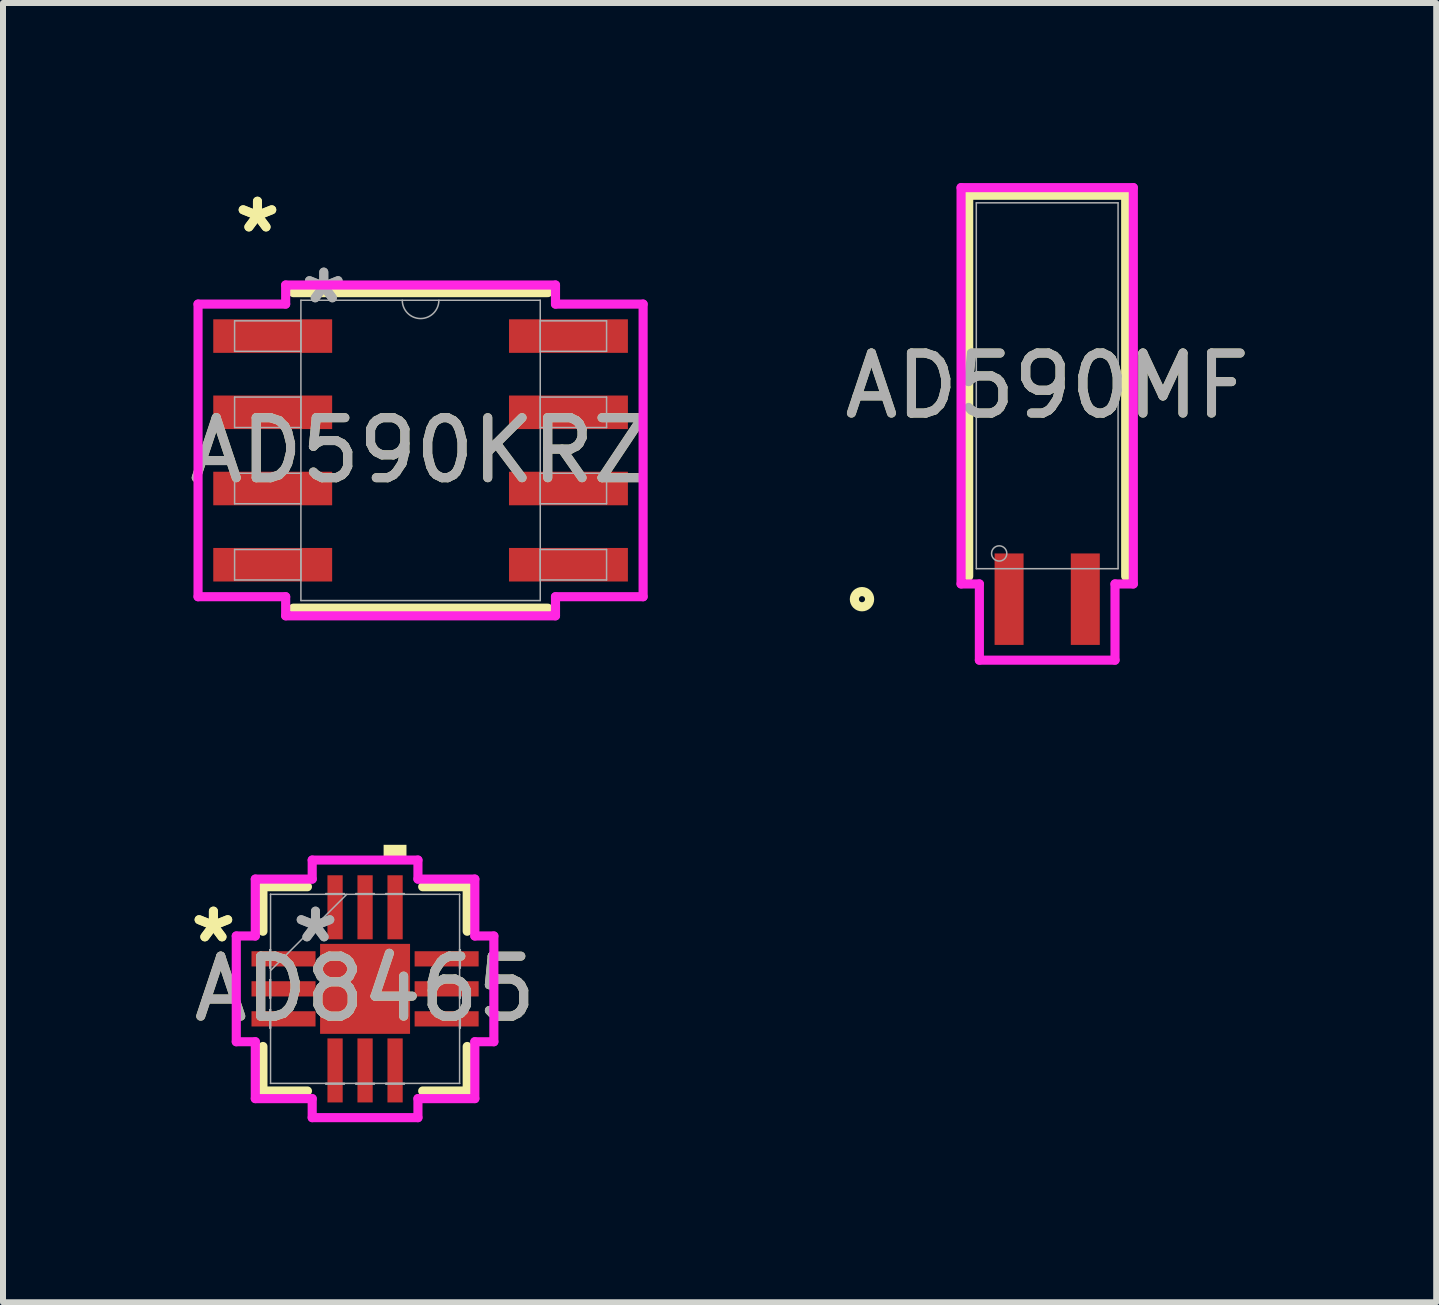
<source format=kicad_pcb>
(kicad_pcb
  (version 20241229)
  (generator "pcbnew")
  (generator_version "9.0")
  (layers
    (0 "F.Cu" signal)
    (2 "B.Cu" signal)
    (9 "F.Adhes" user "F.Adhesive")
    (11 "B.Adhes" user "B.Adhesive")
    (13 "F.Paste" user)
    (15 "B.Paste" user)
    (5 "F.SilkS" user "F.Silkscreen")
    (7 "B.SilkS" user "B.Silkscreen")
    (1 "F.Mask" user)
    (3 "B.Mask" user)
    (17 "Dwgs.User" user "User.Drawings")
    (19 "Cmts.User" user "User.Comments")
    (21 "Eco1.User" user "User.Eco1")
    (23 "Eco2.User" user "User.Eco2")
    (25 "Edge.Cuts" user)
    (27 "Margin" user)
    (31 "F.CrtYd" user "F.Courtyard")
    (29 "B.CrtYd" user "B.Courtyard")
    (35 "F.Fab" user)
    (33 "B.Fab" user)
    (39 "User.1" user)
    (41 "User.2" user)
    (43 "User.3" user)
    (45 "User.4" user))
  (footprint "AD590MF"
    (layer "F.Cu")
    (at 13.764 6.934)
    (property "Reference" "AD590MF" (at 0.635 -3.556 0) (unlocked yes) (layer "F.SilkS") (effects (font (size 1 1) (thickness 0.15))))
    (attr smd)
    (fp_line (start -0.673 -6.731) (end -0.673 -0.381) (stroke (width 0.152) (type solid)) (layer "F.SilkS"))
    (fp_line (start 1.943 -6.731) (end -0.673 -6.731) (stroke (width 0.152) (type solid)) (layer "F.SilkS"))
    (fp_line (start 1.943 -0.381) (end 1.943 -6.731) (stroke (width 0.152) (type solid)) (layer "F.SilkS"))
    (fp_circle (center -2.451 0) (end -2.324 0) (stroke (width 0.152) (type solid)) (fill no) (layer "F.SilkS"))
    (fp_line (start -0.8 -6.858) (end -0.8 -0.254) (stroke (width 0.152) (type solid)) (layer "F.CrtYd"))
    (fp_line (start -0.8 -6.858) (end 2.07 -6.858) (stroke (width 0.152) (type solid)) (layer "F.CrtYd"))
    (fp_line (start -0.495 -0.254) (end -0.8 -0.254) (stroke (width 0.152) (type solid)) (layer "F.CrtYd"))
    (fp_line (start -0.495 1.016) (end -0.495 -0.254) (stroke (width 0.152) (type solid)) (layer "F.CrtYd"))
    (fp_line (start 1.765 -0.254) (end 1.765 1.016) (stroke (width 0.152) (type solid)) (layer "F.CrtYd"))
    (fp_line (start 1.765 1.016) (end -0.495 1.016) (stroke (width 0.152) (type solid)) (layer "F.CrtYd"))
    (fp_line (start 2.07 -0.254) (end 1.765 -0.254) (stroke (width 0.152) (type solid)) (layer "F.CrtYd"))
    (fp_line (start 2.07 -0.254) (end 2.07 -6.858) (stroke (width 0.152) (type solid)) (layer "F.CrtYd"))
    (fp_line (start -0.546 -6.604) (end -0.546 -0.508) (stroke (width 0.025) (type solid)) (layer "F.Fab"))
    (fp_line (start -0.546 -0.508) (end 1.816 -0.508) (stroke (width 0.025) (type solid)) (layer "F.Fab"))
    (fp_line (start 1.816 -6.604) (end -0.546 -6.604) (stroke (width 0.025) (type solid)) (layer "F.Fab"))
    (fp_line (start 1.816 -0.508) (end 1.816 -6.604) (stroke (width 0.025) (type solid)) (layer "F.Fab"))
    (fp_circle (center -0.165 -0.762) (end -0.038 -0.762) (stroke (width 0.025) (type solid)) (fill no) (layer "F.Fab"))
    (fp_text user "${REFERENCE}" (at 0.635 -3.556 0) (unlocked yes) (layer "F.Fab") (effects (font (size 1 1) (thickness 0.15))))
    (pad "1" smd rect (at 0 0) (size 0.483 1.524) (layers "F.Cu" "F.Mask" "F.Paste"))
    (pad "2" smd rect (at 1.27 0) (size 0.483 1.524) (layers "F.Cu" "F.Mask" "F.Paste")))
  (footprint "AD8465"
    (layer "F.Cu")
    (at 3.033 13.427)
    (property "Reference" "AD8465" (at 0 0 0) (unlocked yes) (layer "F.SilkS") (effects (font (size 1 1) (thickness 0.15))))
    (attr smd)
    (fp_line (start -1.702 -1.702) (end -1.702 -0.96) (stroke (width 0.152) (type solid)) (layer "F.SilkS"))
    (fp_line (start -1.702 0.96) (end -1.702 1.702) (stroke (width 0.152) (type solid)) (layer "F.SilkS"))
    (fp_line (start -1.702 1.702) (end -0.96 1.702) (stroke (width 0.152) (type solid)) (layer "F.SilkS"))
    (fp_line (start -0.96 -1.702) (end -1.702 -1.702) (stroke (width 0.152) (type solid)) (layer "F.SilkS"))
    (fp_line (start 0.96 1.702) (end 1.702 1.702) (stroke (width 0.152) (type solid)) (layer "F.SilkS"))
    (fp_line (start 1.702 -1.702) (end 0.96 -1.702) (stroke (width 0.152) (type solid)) (layer "F.SilkS"))
    (fp_line (start 1.702 -0.96) (end 1.702 -1.702) (stroke (width 0.152) (type solid)) (layer "F.SilkS"))
    (fp_line (start 1.702 1.702) (end 1.702 0.96) (stroke (width 0.152) (type solid)) (layer "F.SilkS"))
    (fp_poly (pts (xy 0.309 -2.146) (xy 0.309 -2.4) (xy 0.69 -2.4) (xy 0.69 -2.146)) (stroke (width 0) (type solid)) (fill yes) (layer "F.SilkS"))
    (fp_line (start -2.146 -0.881) (end -1.829 -0.881) (stroke (width 0.152) (type solid)) (layer "F.CrtYd"))
    (fp_line (start -2.146 0.881) (end -2.146 -0.881) (stroke (width 0.152) (type solid)) (layer "F.CrtYd"))
    (fp_line (start -1.829 -1.829) (end -0.881 -1.829) (stroke (width 0.152) (type solid)) (layer "F.CrtYd"))
    (fp_line (start -1.829 -0.881) (end -1.829 -1.829) (stroke (width 0.152) (type solid)) (layer "F.CrtYd"))
    (fp_line (start -1.829 0.881) (end -2.146 0.881) (stroke (width 0.152) (type solid)) (layer "F.CrtYd"))
    (fp_line (start -1.829 1.829) (end -1.829 0.881) (stroke (width 0.152) (type solid)) (layer "F.CrtYd"))
    (fp_line (start -0.881 -2.146) (end 0.881 -2.146) (stroke (width 0.152) (type solid)) (layer "F.CrtYd"))
    (fp_line (start -0.881 -1.829) (end -0.881 -2.146) (stroke (width 0.152) (type solid)) (layer "F.CrtYd"))
    (fp_line (start -0.881 1.829) (end -1.829 1.829) (stroke (width 0.152) (type solid)) (layer "F.CrtYd"))
    (fp_line (start -0.881 2.146) (end -0.881 1.829) (stroke (width 0.152) (type solid)) (layer "F.CrtYd"))
    (fp_line (start 0.881 -2.146) (end 0.881 -1.829) (stroke (width 0.152) (type solid)) (layer "F.CrtYd"))
    (fp_line (start 0.881 -1.829) (end 1.829 -1.829) (stroke (width 0.152) (type solid)) (layer "F.CrtYd"))
    (fp_line (start 0.881 1.829) (end 0.881 2.146) (stroke (width 0.152) (type solid)) (layer "F.CrtYd"))
    (fp_line (start 0.881 2.146) (end -0.881 2.146) (stroke (width 0.152) (type solid)) (layer "F.CrtYd"))
    (fp_line (start 1.829 -1.829) (end 1.829 -0.881) (stroke (width 0.152) (type solid)) (layer "F.CrtYd"))
    (fp_line (start 1.829 -0.881) (end 2.146 -0.881) (stroke (width 0.152) (type solid)) (layer "F.CrtYd"))
    (fp_line (start 1.829 0.881) (end 1.829 1.829) (stroke (width 0.152) (type solid)) (layer "F.CrtYd"))
    (fp_line (start 1.829 1.829) (end 0.881 1.829) (stroke (width 0.152) (type solid)) (layer "F.CrtYd"))
    (fp_line (start 2.146 -0.881) (end 2.146 0.881) (stroke (width 0.152) (type solid)) (layer "F.CrtYd"))
    (fp_line (start 2.146 0.881) (end 1.829 0.881) (stroke (width 0.152) (type solid)) (layer "F.CrtYd"))
    (fp_line (start -1.587 -0.652) (end -1.587 -0.348) (stroke (width 0.025) (type solid)) (layer "F.Fab"))
    (fp_line (start -1.587 -0.348) (end -1.575 -0.348) (stroke (width 0.025) (type solid)) (layer "F.Fab"))
    (fp_line (start -1.587 -0.152) (end -1.587 0.152) (stroke (width 0.025) (type solid)) (layer "F.Fab"))
    (fp_line (start -1.587 0.152) (end -1.575 0.152) (stroke (width 0.025) (type solid)) (layer "F.Fab"))
    (fp_line (start -1.587 0.348) (end -1.587 0.652) (stroke (width 0.025) (type solid)) (layer "F.Fab"))
    (fp_line (start -1.587 0.652) (end -1.575 0.652) (stroke (width 0.025) (type solid)) (layer "F.Fab"))
    (fp_line (start -1.575 -1.575) (end -1.575 -1.575) (stroke (width 0.025) (type solid)) (layer "F.Fab"))
    (fp_line (start -1.575 -1.575) (end -1.575 1.575) (stroke (width 0.025) (type solid)) (layer "F.Fab"))
    (fp_line (start -1.575 -0.652) (end -1.587 -0.652) (stroke (width 0.025) (type solid)) (layer "F.Fab"))
    (fp_line (start -1.575 -0.348) (end -1.575 -0.652) (stroke (width 0.025) (type solid)) (layer "F.Fab"))
    (fp_line (start -1.575 -0.305) (end -0.305 -1.575) (stroke (width 0.025) (type solid)) (layer "F.Fab"))
    (fp_line (start -1.575 -0.152) (end -1.587 -0.152) (stroke (width 0.025) (type solid)) (layer "F.Fab"))
    (fp_line (start -1.575 0.152) (end -1.575 -0.152) (stroke (width 0.025) (type solid)) (layer "F.Fab"))
    (fp_line (start -1.575 0.348) (end -1.587 0.348) (stroke (width 0.025) (type solid)) (layer "F.Fab"))
    (fp_line (start -1.575 0.652) (end -1.575 0.348) (stroke (width 0.025) (type solid)) (layer "F.Fab"))
    (fp_line (start -1.575 1.575) (end -1.575 1.575) (stroke (width 0.025) (type solid)) (layer "F.Fab"))
    (fp_line (start -1.575 1.575) (end 1.575 1.575) (stroke (width 0.025) (type solid)) (layer "F.Fab"))
    (fp_line (start -0.652 -1.587) (end -0.652 -1.575) (stroke (width 0.025) (type solid)) (layer "F.Fab"))
    (fp_line (start -0.652 -1.575) (end -0.348 -1.575) (stroke (width 0.025) (type solid)) (layer "F.Fab"))
    (fp_line (start -0.652 1.575) (end -0.652 1.587) (stroke (width 0.025) (type solid)) (layer "F.Fab"))
    (fp_line (start -0.652 1.587) (end -0.348 1.587) (stroke (width 0.025) (type solid)) (layer "F.Fab"))
    (fp_line (start -0.348 -1.587) (end -0.652 -1.587) (stroke (width 0.025) (type solid)) (layer "F.Fab"))
    (fp_line (start -0.348 -1.575) (end -0.348 -1.587) (stroke (width 0.025) (type solid)) (layer "F.Fab"))
    (fp_line (start -0.348 1.575) (end -0.652 1.575) (stroke (width 0.025) (type solid)) (layer "F.Fab"))
    (fp_line (start -0.348 1.587) (end -0.348 1.575) (stroke (width 0.025) (type solid)) (layer "F.Fab"))
    (fp_line (start -0.152 -1.587) (end -0.152 -1.575) (stroke (width 0.025) (type solid)) (layer "F.Fab"))
    (fp_line (start -0.152 -1.575) (end 0.152 -1.575) (stroke (width 0.025) (type solid)) (layer "F.Fab"))
    (fp_line (start -0.152 1.575) (end -0.152 1.587) (stroke (width 0.025) (type solid)) (layer "F.Fab"))
    (fp_line (start -0.152 1.587) (end 0.152 1.587) (stroke (width 0.025) (type solid)) (layer "F.Fab"))
    (fp_line (start 0.152 -1.587) (end -0.152 -1.587) (stroke (width 0.025) (type solid)) (layer "F.Fab"))
    (fp_line (start 0.152 -1.575) (end 0.152 -1.587) (stroke (width 0.025) (type solid)) (layer "F.Fab"))
    (fp_line (start 0.152 1.575) (end -0.152 1.575) (stroke (width 0.025) (type solid)) (layer "F.Fab"))
    (fp_line (start 0.152 1.587) (end 0.152 1.575) (stroke (width 0.025) (type solid)) (layer "F.Fab"))
    (fp_line (start 0.348 -1.587) (end 0.348 -1.575) (stroke (width 0.025) (type solid)) (layer "F.Fab"))
    (fp_line (start 0.348 -1.575) (end 0.652 -1.575) (stroke (width 0.025) (type solid)) (layer "F.Fab"))
    (fp_line (start 0.348 1.575) (end 0.348 1.587) (stroke (width 0.025) (type solid)) (layer "F.Fab"))
    (fp_line (start 0.348 1.587) (end 0.652 1.587) (stroke (width 0.025) (type solid)) (layer "F.Fab"))
    (fp_line (start 0.652 -1.587) (end 0.348 -1.587) (stroke (width 0.025) (type solid)) (layer "F.Fab"))
    (fp_line (start 0.652 -1.575) (end 0.652 -1.587) (stroke (width 0.025) (type solid)) (layer "F.Fab"))
    (fp_line (start 0.652 1.575) (end 0.348 1.575) (stroke (width 0.025) (type solid)) (layer "F.Fab"))
    (fp_line (start 0.652 1.587) (end 0.652 1.575) (stroke (width 0.025) (type solid)) (layer "F.Fab"))
    (fp_line (start 1.575 -1.575) (end -1.575 -1.575) (stroke (width 0.025) (type solid)) (layer "F.Fab"))
    (fp_line (start 1.575 -1.575) (end 1.575 -1.575) (stroke (width 0.025) (type solid)) (layer "F.Fab"))
    (fp_line (start 1.575 -0.652) (end 1.575 -0.348) (stroke (width 0.025) (type solid)) (layer "F.Fab"))
    (fp_line (start 1.575 -0.348) (end 1.587 -0.348) (stroke (width 0.025) (type solid)) (layer "F.Fab"))
    (fp_line (start 1.575 -0.152) (end 1.575 0.152) (stroke (width 0.025) (type solid)) (layer "F.Fab"))
    (fp_line (start 1.575 0.152) (end 1.587 0.152) (stroke (width 0.025) (type solid)) (layer "F.Fab"))
    (fp_line (start 1.575 0.348) (end 1.575 0.652) (stroke (width 0.025) (type solid)) (layer "F.Fab"))
    (fp_line (start 1.575 0.652) (end 1.587 0.652) (stroke (width 0.025) (type solid)) (layer "F.Fab"))
    (fp_line (start 1.575 1.575) (end 1.575 -1.575) (stroke (width 0.025) (type solid)) (layer "F.Fab"))
    (fp_line (start 1.575 1.575) (end 1.575 1.575) (stroke (width 0.025) (type solid)) (layer "F.Fab"))
    (fp_line (start 1.587 -0.652) (end 1.575 -0.652) (stroke (width 0.025) (type solid)) (layer "F.Fab"))
    (fp_line (start 1.587 -0.348) (end 1.587 -0.652) (stroke (width 0.025) (type solid)) (layer "F.Fab"))
    (fp_line (start 1.587 -0.152) (end 1.575 -0.152) (stroke (width 0.025) (type solid)) (layer "F.Fab"))
    (fp_line (start 1.587 0.152) (end 1.587 -0.152) (stroke (width 0.025) (type solid)) (layer "F.Fab"))
    (fp_line (start 1.587 0.348) (end 1.575 0.348) (stroke (width 0.025) (type solid)) (layer "F.Fab"))
    (fp_line (start 1.587 0.652) (end 1.587 0.348) (stroke (width 0.025) (type solid)) (layer "F.Fab"))
    (fp_text user "*" (at -2.527 -0.75 0) (unlocked yes) (layer "F.SilkS") (effects (font (size 1 1) (thickness 0.15))))
    (fp_text user "*" (at -2.527 -0.75 0) (layer "F.SilkS") (effects (font (size 1 1) (thickness 0.15))))
    (fp_text user "*" (at -0.826 -0.75 0) (layer "F.Fab") (effects (font (size 1 1) (thickness 0.15))))
    (fp_text user "${REFERENCE}" (at 0 0 0) (unlocked yes) (layer "F.Fab") (effects (font (size 1 1) (thickness 0.15))))
    (fp_text user "*" (at -0.826 -0.75 0) (unlocked yes) (layer "F.Fab") (effects (font (size 1 1) (thickness 0.15))))
    (pad "1" smd rect (at -1.359 -0.5 90) (size 0.254 1.067) (layers "F.Cu" "F.Mask" "F.Paste"))
    (pad "2" smd rect (at -1.359 0 90) (size 0.254 1.067) (layers "F.Cu" "F.Mask" "F.Paste"))
    (pad "3" smd rect (at -1.359 0.5 90) (size 0.254 1.067) (layers "F.Cu" "F.Mask" "F.Paste"))
    (pad "4" smd rect (at -0.5 1.359) (size 0.254 1.067) (layers "F.Cu" "F.Mask" "F.Paste"))
    (pad "5" smd rect (at 0 1.359) (size 0.254 1.067) (layers "F.Cu" "F.Mask" "F.Paste"))
    (pad "6" smd rect (at 0.5 1.359) (size 0.254 1.067) (layers "F.Cu" "F.Mask" "F.Paste"))
    (pad "7" smd rect (at 1.359 0.5 90) (size 0.254 1.067) (layers "F.Cu" "F.Mask" "F.Paste"))
    (pad "8" smd rect (at 1.359 0 90) (size 0.254 1.067) (layers "F.Cu" "F.Mask" "F.Paste"))
    (pad "9" smd rect (at 1.359 -0.5 90) (size 0.254 1.067) (layers "F.Cu" "F.Mask" "F.Paste"))
    (pad "10" smd rect (at 0.5 -1.359) (size 0.254 1.067) (layers "F.Cu" "F.Mask" "F.Paste"))
    (pad "11" smd rect (at 0 -1.359) (size 0.254 1.067) (layers "F.Cu" "F.Mask" "F.Paste"))
    (pad "12" smd rect (at -0.5 -1.359) (size 0.254 1.067) (layers "F.Cu" "F.Mask" "F.Paste"))
    (pad "13" smd rect (at 0 0) (size 1.499 1.499) (layers "F.Cu" "F.Mask" "F.Paste")))
  (footprint "AD590KRZ"
    (layer "F.Cu")
    (at 3.958 4.455)
    (property "Reference" "AD590KRZ" (at 0 0 0) (unlocked yes) (layer "F.SilkS") (effects (font (size 1 1) (thickness 0.15))))
    (attr smd)
    (fp_line (start -2.121 2.629) (end 2.121 2.629) (stroke (width 0.152) (type solid)) (layer "F.SilkS"))
    (fp_line (start 2.121 -2.629) (end -2.121 -2.629) (stroke (width 0.152) (type solid)) (layer "F.SilkS"))
    (fp_line (start -3.708 -2.438) (end -2.248 -2.438) (stroke (width 0.152) (type solid)) (layer "F.CrtYd"))
    (fp_line (start -3.708 2.438) (end -3.708 -2.438) (stroke (width 0.152) (type solid)) (layer "F.CrtYd"))
    (fp_line (start -3.708 2.438) (end -2.248 2.438) (stroke (width 0.152) (type solid)) (layer "F.CrtYd"))
    (fp_line (start -2.248 -2.756) (end 2.248 -2.756) (stroke (width 0.152) (type solid)) (layer "F.CrtYd"))
    (fp_line (start -2.248 -2.438) (end -2.248 -2.756) (stroke (width 0.152) (type solid)) (layer "F.CrtYd"))
    (fp_line (start -2.248 2.756) (end -2.248 2.438) (stroke (width 0.152) (type solid)) (layer "F.CrtYd"))
    (fp_line (start 2.248 -2.756) (end 2.248 -2.438) (stroke (width 0.152) (type solid)) (layer "F.CrtYd"))
    (fp_line (start 2.248 2.438) (end 2.248 2.756) (stroke (width 0.152) (type solid)) (layer "F.CrtYd"))
    (fp_line (start 2.248 2.756) (end -2.248 2.756) (stroke (width 0.152) (type solid)) (layer "F.CrtYd"))
    (fp_line (start 3.708 -2.438) (end 2.248 -2.438) (stroke (width 0.152) (type solid)) (layer "F.CrtYd"))
    (fp_line (start 3.708 -2.438) (end 3.708 2.438) (stroke (width 0.152) (type solid)) (layer "F.CrtYd"))
    (fp_line (start 3.708 2.438) (end 2.248 2.438) (stroke (width 0.152) (type solid)) (layer "F.CrtYd"))
    (fp_line (start -3.099 -2.159) (end -3.099 -1.651) (stroke (width 0.025) (type solid)) (layer "F.Fab"))
    (fp_line (start -3.099 -1.651) (end -1.994 -1.651) (stroke (width 0.025) (type solid)) (layer "F.Fab"))
    (fp_line (start -3.099 -0.889) (end -3.099 -0.381) (stroke (width 0.025) (type solid)) (layer "F.Fab"))
    (fp_line (start -3.099 -0.381) (end -1.994 -0.381) (stroke (width 0.025) (type solid)) (layer "F.Fab"))
    (fp_line (start -3.099 0.381) (end -3.099 0.889) (stroke (width 0.025) (type solid)) (layer "F.Fab"))
    (fp_line (start -3.099 0.889) (end -1.994 0.889) (stroke (width 0.025) (type solid)) (layer "F.Fab"))
    (fp_line (start -3.099 1.651) (end -3.099 2.159) (stroke (width 0.025) (type solid)) (layer "F.Fab"))
    (fp_line (start -3.099 2.159) (end -1.994 2.159) (stroke (width 0.025) (type solid)) (layer "F.Fab"))
    (fp_line (start -1.994 -2.502) (end -1.994 2.502) (stroke (width 0.025) (type solid)) (layer "F.Fab"))
    (fp_line (start -1.994 -2.159) (end -3.099 -2.159) (stroke (width 0.025) (type solid)) (layer "F.Fab"))
    (fp_line (start -1.994 -1.651) (end -1.994 -2.159) (stroke (width 0.025) (type solid)) (layer "F.Fab"))
    (fp_line (start -1.994 -0.889) (end -3.099 -0.889) (stroke (width 0.025) (type solid)) (layer "F.Fab"))
    (fp_line (start -1.994 -0.381) (end -1.994 -0.889) (stroke (width 0.025) (type solid)) (layer "F.Fab"))
    (fp_line (start -1.994 0.381) (end -3.099 0.381) (stroke (width 0.025) (type solid)) (layer "F.Fab"))
    (fp_line (start -1.994 0.889) (end -1.994 0.381) (stroke (width 0.025) (type solid)) (layer "F.Fab"))
    (fp_line (start -1.994 1.651) (end -3.099 1.651) (stroke (width 0.025) (type solid)) (layer "F.Fab"))
    (fp_line (start -1.994 2.159) (end -1.994 1.651) (stroke (width 0.025) (type solid)) (layer "F.Fab"))
    (fp_line (start -1.994 2.502) (end 1.994 2.502) (stroke (width 0.025) (type solid)) (layer "F.Fab"))
    (fp_line (start 1.994 -2.502) (end -1.994 -2.502) (stroke (width 0.025) (type solid)) (layer "F.Fab"))
    (fp_line (start 1.994 -2.159) (end 1.994 -1.651) (stroke (width 0.025) (type solid)) (layer "F.Fab"))
    (fp_line (start 1.994 -1.651) (end 3.099 -1.651) (stroke (width 0.025) (type solid)) (layer "F.Fab"))
    (fp_line (start 1.994 -0.889) (end 1.994 -0.381) (stroke (width 0.025) (type solid)) (layer "F.Fab"))
    (fp_line (start 1.994 -0.381) (end 3.099 -0.381) (stroke (width 0.025) (type solid)) (layer "F.Fab"))
    (fp_line (start 1.994 0.381) (end 1.994 0.889) (stroke (width 0.025) (type solid)) (layer "F.Fab"))
    (fp_line (start 1.994 0.889) (end 3.099 0.889) (stroke (width 0.025) (type solid)) (layer "F.Fab"))
    (fp_line (start 1.994 1.651) (end 1.994 2.159) (stroke (width 0.025) (type solid)) (layer "F.Fab"))
    (fp_line (start 1.994 2.159) (end 3.099 2.159) (stroke (width 0.025) (type solid)) (layer "F.Fab"))
    (fp_line (start 1.994 2.502) (end 1.994 -2.502) (stroke (width 0.025) (type solid)) (layer "F.Fab"))
    (fp_line (start 3.099 -2.159) (end 1.994 -2.159) (stroke (width 0.025) (type solid)) (layer "F.Fab"))
    (fp_line (start 3.099 -1.651) (end 3.099 -2.159) (stroke (width 0.025) (type solid)) (layer "F.Fab"))
    (fp_line (start 3.099 -0.889) (end 1.994 -0.889) (stroke (width 0.025) (type solid)) (layer "F.Fab"))
    (fp_line (start 3.099 -0.381) (end 3.099 -0.889) (stroke (width 0.025) (type solid)) (layer "F.Fab"))
    (fp_line (start 3.099 0.381) (end 1.994 0.381) (stroke (width 0.025) (type solid)) (layer "F.Fab"))
    (fp_line (start 3.099 0.889) (end 3.099 0.381) (stroke (width 0.025) (type solid)) (layer "F.Fab"))
    (fp_line (start 3.099 1.651) (end 1.994 1.651) (stroke (width 0.025) (type solid)) (layer "F.Fab"))
    (fp_line (start 3.099 2.159) (end 3.099 1.651) (stroke (width 0.025) (type solid)) (layer "F.Fab"))
    (fp_arc (start 0.3048 -2.5019) (mid 0 -2.1971) (end -0.3048 -2.5019) (stroke (width 0.0254) (type solid)) (layer "F.Fab"))
    (fp_text user "*" (at -2.718 -3.607 0) (layer "F.SilkS") (effects (font (size 1 1) (thickness 0.15))))
    (fp_text user "*" (at -2.718 -3.607 0) (unlocked yes) (layer "F.SilkS") (effects (font (size 1 1) (thickness 0.15))))
    (fp_text user "*" (at -1.613 -2.426 0) (layer "F.Fab") (effects (font (size 1 1) (thickness 0.15))))
    (fp_text user "*" (at -1.613 -2.426 0) (unlocked yes) (layer "F.Fab") (effects (font (size 1 1) (thickness 0.15))))
    (fp_text user "${REFERENCE}" (at 0 0 0) (unlocked yes) (layer "F.Fab") (effects (font (size 1 1) (thickness 0.15))))
    (pad "1" smd rect (at -2.464 -1.905) (size 1.981 0.559) (layers "F.Cu" "F.Mask" "F.Paste"))
    (pad "2" smd rect (at -2.464 -0.635) (size 1.981 0.559) (layers "F.Cu" "F.Mask" "F.Paste"))
    (pad "3" smd rect (at -2.464 0.635) (size 1.981 0.559) (layers "F.Cu" "F.Mask" "F.Paste"))
    (pad "4" smd rect (at -2.464 1.905) (size 1.981 0.559) (layers "F.Cu" "F.Mask" "F.Paste"))
    (pad "5" smd rect (at 2.464 1.905) (size 1.981 0.559) (layers "F.Cu" "F.Mask" "F.Paste"))
    (pad "6" smd rect (at 2.464 0.635) (size 1.981 0.559) (layers "F.Cu" "F.Mask" "F.Paste"))
    (pad "7" smd rect (at 2.464 -0.635) (size 1.981 0.559) (layers "F.Cu" "F.Mask" "F.Paste"))
    (pad "8" smd rect (at 2.464 -1.905) (size 1.981 0.559) (layers "F.Cu" "F.Mask" "F.Paste")))
  (gr_rect
    (start -3 -3)
    (end 20.881 18.649)
    (stroke (width 0.1) (type default))
    (fill no)
    (layer "Edge.Cuts")))
</source>
